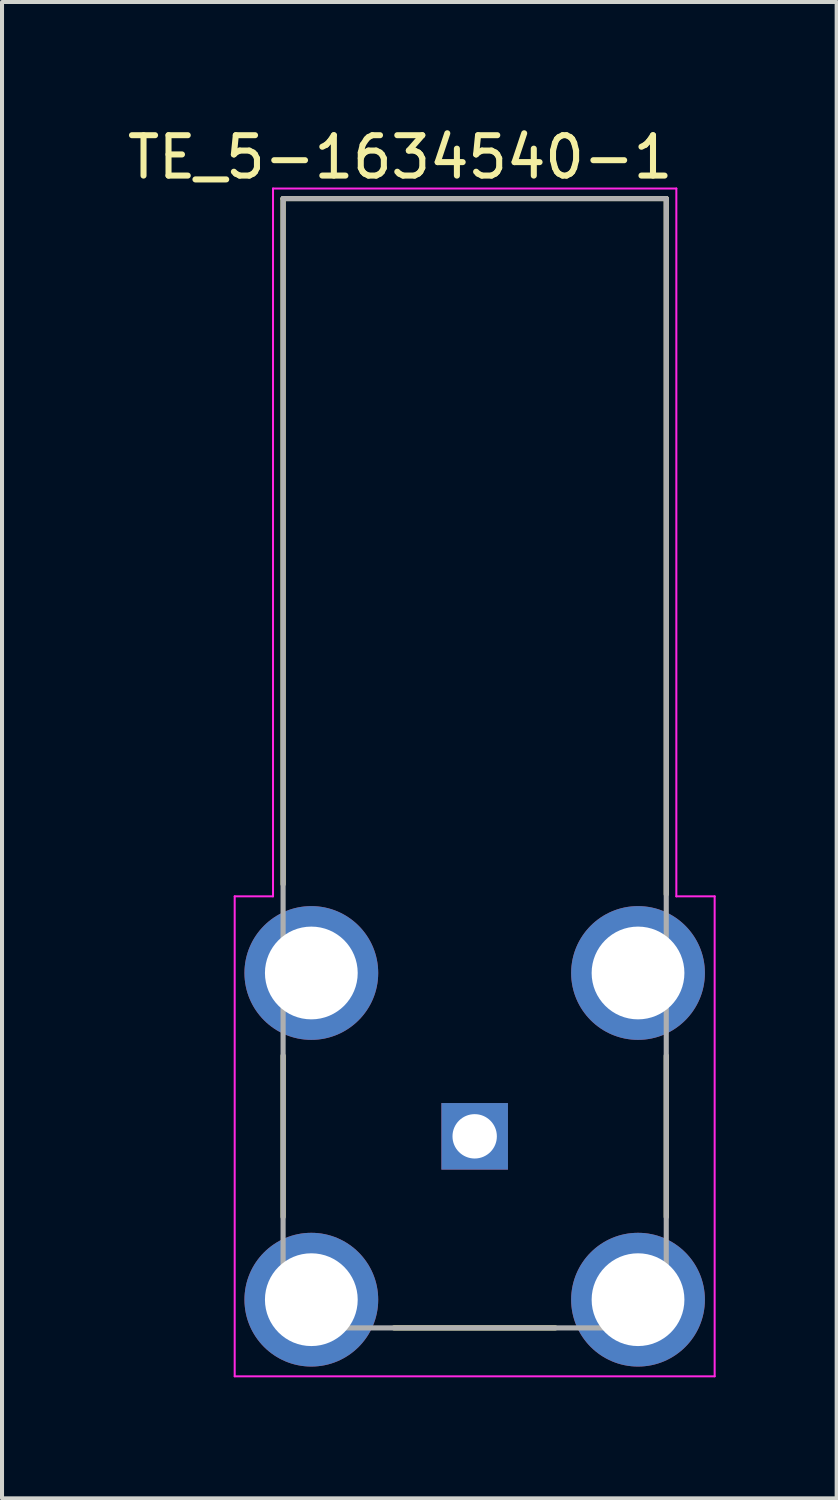
<source format=kicad_pcb>
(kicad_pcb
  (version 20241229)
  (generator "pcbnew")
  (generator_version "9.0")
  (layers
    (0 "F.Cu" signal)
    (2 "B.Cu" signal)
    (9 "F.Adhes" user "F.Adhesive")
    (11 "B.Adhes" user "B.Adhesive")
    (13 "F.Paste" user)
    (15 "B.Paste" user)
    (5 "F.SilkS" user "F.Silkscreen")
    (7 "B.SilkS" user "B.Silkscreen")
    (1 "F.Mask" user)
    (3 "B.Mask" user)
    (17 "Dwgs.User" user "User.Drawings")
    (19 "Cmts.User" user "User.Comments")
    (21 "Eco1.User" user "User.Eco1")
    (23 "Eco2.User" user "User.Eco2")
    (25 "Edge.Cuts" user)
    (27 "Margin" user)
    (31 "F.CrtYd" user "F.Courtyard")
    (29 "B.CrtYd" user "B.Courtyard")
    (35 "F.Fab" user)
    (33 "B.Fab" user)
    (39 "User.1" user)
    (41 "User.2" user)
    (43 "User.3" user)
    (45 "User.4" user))
  (footprint "TE_5-1634540-1"
    (layer "F.Cu")
    (at 8.719 25.124)
    (property "Reference" "TE_5-1634540-1" (at -1.847 -24.276 0) (layer "F.SilkS") (effects (font (size 1.001 1.001) (thickness 0.15))))
    (attr through_hole)
    (fp_line (start -4.75 -23.25) (end 4.75 -23.25) (stroke (width 0.127) (type solid)) (layer "F.SilkS"))
    (fp_line (start -4.75 -6.25) (end -4.75 -23.25) (stroke (width 0.127) (type solid)) (layer "F.SilkS"))
    (fp_line (start -4.75 -2) (end -4.75 2) (stroke (width 0.127) (type solid)) (layer "F.SilkS"))
    (fp_line (start -2 4.75) (end 2 4.75) (stroke (width 0.127) (type solid)) (layer "F.SilkS"))
    (fp_line (start 4.75 -23.25) (end 4.75 -6) (stroke (width 0.127) (type solid)) (layer "F.SilkS"))
    (fp_line (start 4.75 2) (end 4.75 -2) (stroke (width 0.127) (type solid)) (layer "F.SilkS"))
    (fp_line (start -5.95 -5.95) (end -5 -5.95) (stroke (width 0.05) (type solid)) (layer "F.CrtYd"))
    (fp_line (start -5.95 5.95) (end -5.95 -5.95) (stroke (width 0.05) (type solid)) (layer "F.CrtYd"))
    (fp_line (start -5 -23.5) (end 5 -23.5) (stroke (width 0.05) (type solid)) (layer "F.CrtYd"))
    (fp_line (start -5 -5.95) (end -5 -23.5) (stroke (width 0.05) (type solid)) (layer "F.CrtYd"))
    (fp_line (start 5 -23.5) (end 5 -5.95) (stroke (width 0.05) (type solid)) (layer "F.CrtYd"))
    (fp_line (start 5 -5.95) (end 5.95 -5.95) (stroke (width 0.05) (type solid)) (layer "F.CrtYd"))
    (fp_line (start 5.95 -5.95) (end 5.95 5.95) (stroke (width 0.05) (type solid)) (layer "F.CrtYd"))
    (fp_line (start 5.95 5.95) (end -5.95 5.95) (stroke (width 0.05) (type solid)) (layer "F.CrtYd"))
    (fp_line (start -4.75 -23.25) (end 4.75 -23.25) (stroke (width 0.127) (type solid)) (layer "F.Fab"))
    (fp_line (start -4.75 4.75) (end -4.75 -23.25) (stroke (width 0.127) (type solid)) (layer "F.Fab"))
    (fp_line (start 4.75 -23.25) (end 4.75 4.75) (stroke (width 0.127) (type solid)) (layer "F.Fab"))
    (fp_line (start 4.75 4.75) (end -4.75 4.75) (stroke (width 0.127) (type solid)) (layer "F.Fab"))
    (pad "1" thru_hole rect (at 0 0) (size 1.65 1.65) (drill 1.1) (layers "*.Cu" "*.Mask"))
    (pad "2" thru_hole circle (at 4.05 -4.05) (size 3.316 3.316) (drill 2.3) (layers "*.Cu" "*.Mask"))
    (pad "3" thru_hole circle (at -4.05 -4.05) (size 3.316 3.316) (drill 2.3) (layers "*.Cu" "*.Mask"))
    (pad "4" thru_hole circle (at -4.05 4.05) (size 3.316 3.316) (drill 2.3) (layers "*.Cu" "*.Mask"))
    (pad "5" thru_hole circle (at 4.05 4.05) (size 3.316 3.316) (drill 2.3) (layers "*.Cu" "*.Mask")))
  (gr_rect
    (start -3 -3)
    (end 17.694 34.099)
    (stroke (width 0.1) (type default))
    (fill no)
    (layer "Edge.Cuts")))
</source>
